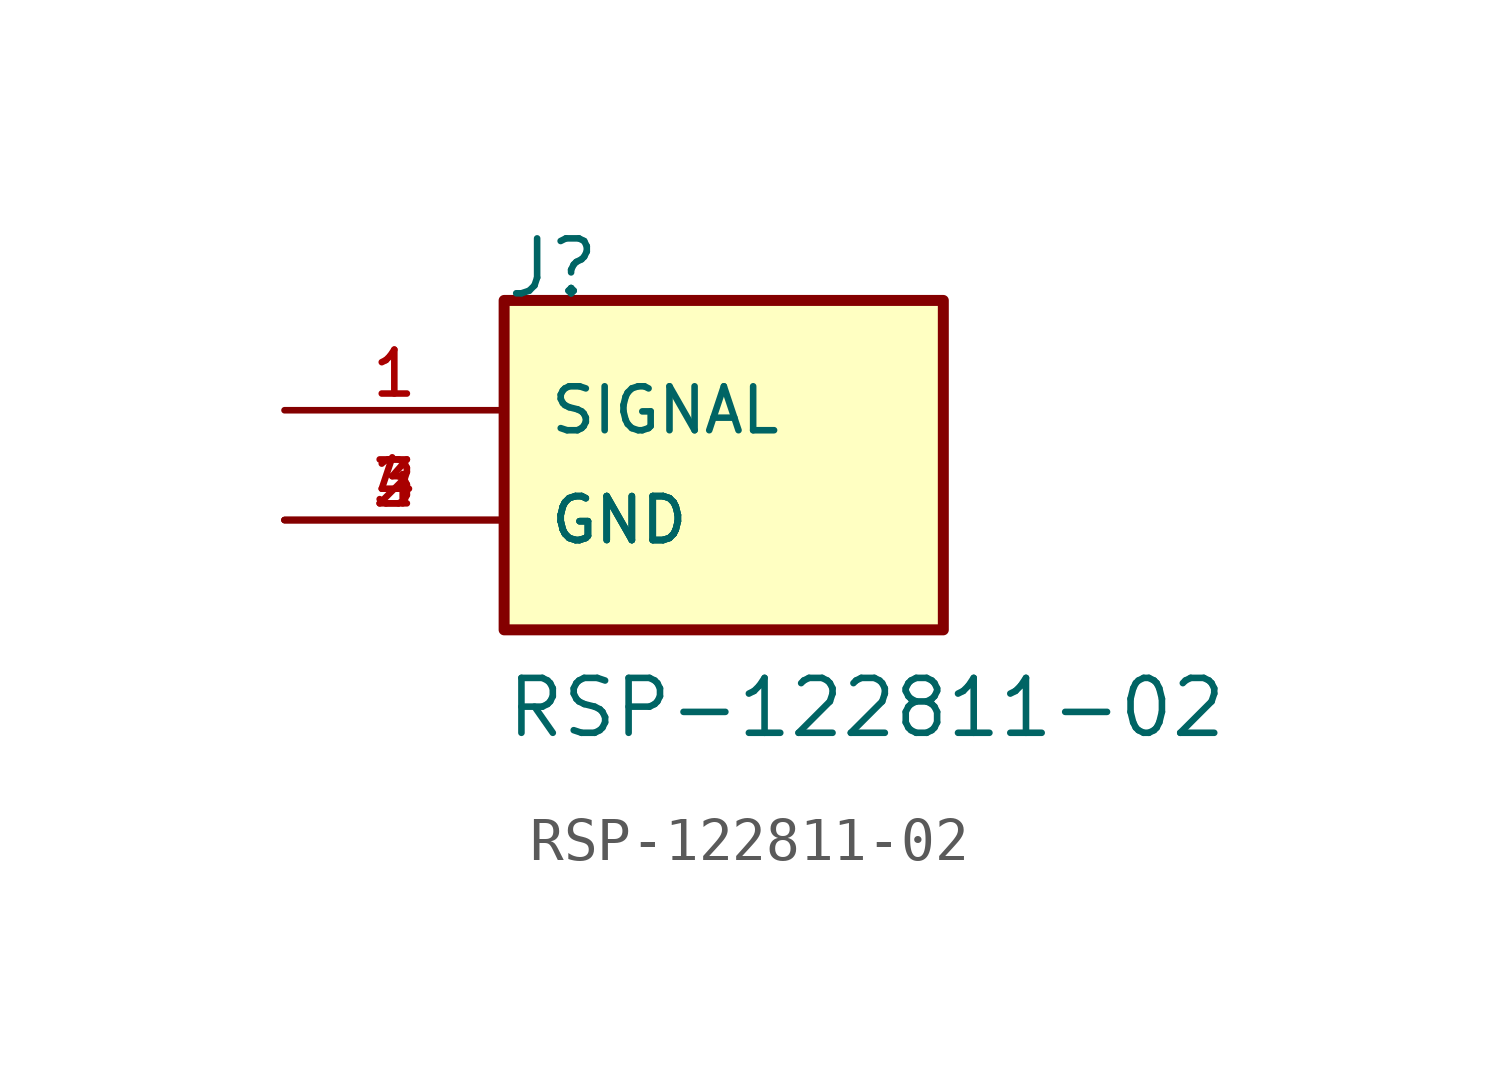
<source format=kicad_sym>
(kicad_symbol_lib
  (version 20211014)
  (generator kicad_symbol_editor)
  (symbol "RSP-122811-02"
    (pin_names
      (offset 1.016))
    (property "Reference" "J"
      (at -2.542 2.542 0)
      (effects (font (size 1.27 1.27)) (justify bottom left)))
    (property "Value" "RSP-122811-02"
      (at -2.542 -7.625 0)
      (effects (font (size 1.27 1.27)) (justify bottom left)))
    (symbol "RSP-122811-02_0_0"
      (rectangle (start -2.54 -5.08) (end 7.62 2.54) (stroke (width 0.254)) (fill (type background)))
      (pin power_in line (at -7.62 0.0 0) (length 5.08) (name "SIGNAL" (effects (font (size 1.016 1.016)))) (number "1" (effects (font (size 1.016 1.016)))))
      (pin power_in line (at -7.62 -2.54 0) (length 5.08) (name "GND" (effects (font (size 1.016 1.016)))) (number "2" (effects (font (size 1.016 1.016)))))
      (pin power_in line (at -7.62 -2.54 0) (length 5.08) (name "GND" (effects (font (size 1.016 1.016)))) (number "3" (effects (font (size 1.016 1.016)))))
      (pin power_in line (at -7.62 -2.54 0) (length 5.08) (name "GND" (effects (font (size 1.016 1.016)))) (number "4" (effects (font (size 1.016 1.016))))))))
</source>
